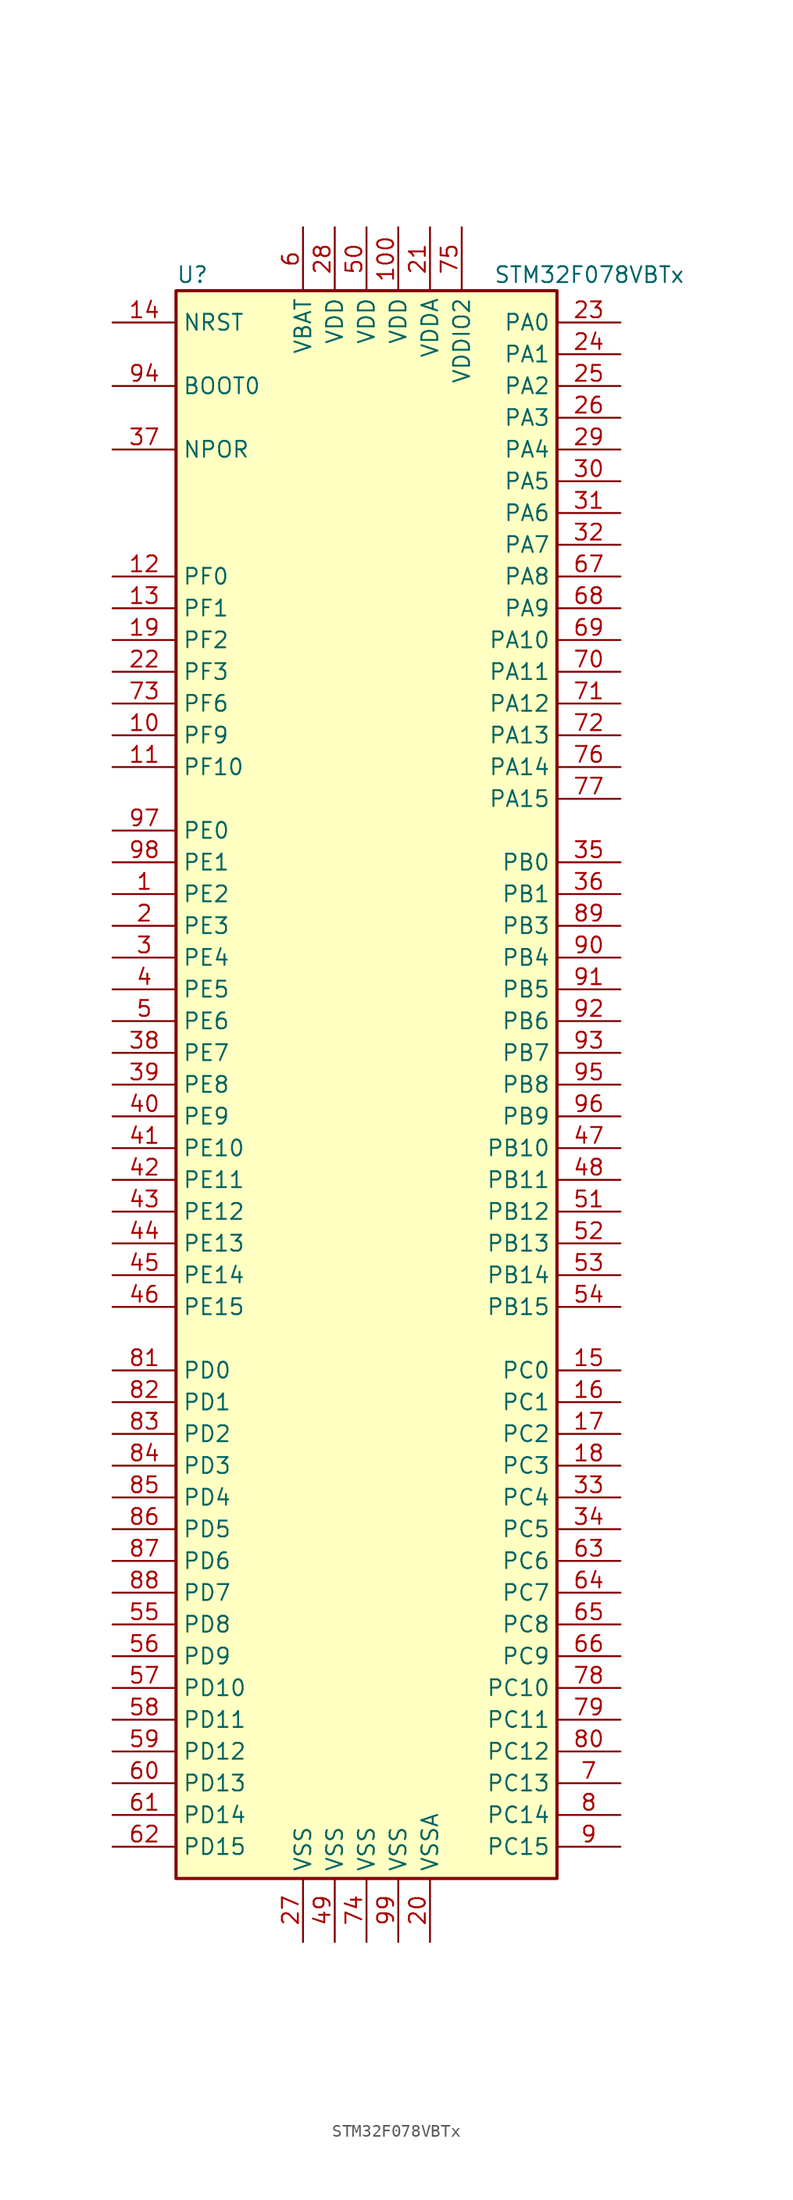
<source format=kicad_sym>
(kicad_symbol_lib
  (version 20201005)
  (generator kicad_symbol_editor)
  (symbol "STM32F078VBTx"
    (property "Reference" "U"
      (at -15.24 64.77 0)
      (effects (font (size 1.27 1.27)) (justify left)))
    (property "Value" "STM32F078VBTx"
      (at 10.16 64.77 0)
      (effects (font (size 1.27 1.27)) (justify left)))
    (symbol "STM32F078VBTx_0_1"
      (rectangle (start -15.24 -63.5) (end 15.24 63.5) (stroke (width 0.254)) (fill (type background))))
    (symbol "STM32F078VBTx_1_1"
      (pin input line (at -20.32 55.88 0) (length 5.08) (name "BOOT0" (effects (font (size 1.27 1.27)))) (number "94" (effects (font (size 1.27 1.27)))))
      (pin power_in line (at -20.32 50.8 0) (length 5.08) (name "NPOR" (effects (font (size 1.27 1.27)))) (number "37" (effects (font (size 1.27 1.27)))))
      (pin input line (at -20.32 60.96 0) (length 5.08) (name "NRST" (effects (font (size 1.27 1.27)))) (number "14" (effects (font (size 1.27 1.27)))))
      (pin bidirectional line (at 20.32 60.96 180) (length 5.08) (name "PA0" (effects (font (size 1.27 1.27)))) (number "23" (effects (font (size 1.27 1.27)))))
      (pin bidirectional line (at 20.32 58.42 180) (length 5.08) (name "PA1" (effects (font (size 1.27 1.27)))) (number "24" (effects (font (size 1.27 1.27)))))
      (pin bidirectional line (at 20.32 35.56 180) (length 5.08) (name "PA10" (effects (font (size 1.27 1.27)))) (number "69" (effects (font (size 1.27 1.27)))))
      (pin bidirectional line (at 20.32 33.02 180) (length 5.08) (name "PA11" (effects (font (size 1.27 1.27)))) (number "70" (effects (font (size 1.27 1.27)))))
      (pin bidirectional line (at 20.32 30.48 180) (length 5.08) (name "PA12" (effects (font (size 1.27 1.27)))) (number "71" (effects (font (size 1.27 1.27)))))
      (pin bidirectional line (at 20.32 27.94 180) (length 5.08) (name "PA13" (effects (font (size 1.27 1.27)))) (number "72" (effects (font (size 1.27 1.27)))))
      (pin bidirectional line (at 20.32 25.4 180) (length 5.08) (name "PA14" (effects (font (size 1.27 1.27)))) (number "76" (effects (font (size 1.27 1.27)))))
      (pin bidirectional line (at 20.32 22.86 180) (length 5.08) (name "PA15" (effects (font (size 1.27 1.27)))) (number "77" (effects (font (size 1.27 1.27)))))
      (pin bidirectional line (at 20.32 55.88 180) (length 5.08) (name "PA2" (effects (font (size 1.27 1.27)))) (number "25" (effects (font (size 1.27 1.27)))))
      (pin bidirectional line (at 20.32 53.34 180) (length 5.08) (name "PA3" (effects (font (size 1.27 1.27)))) (number "26" (effects (font (size 1.27 1.27)))))
      (pin bidirectional line (at 20.32 50.8 180) (length 5.08) (name "PA4" (effects (font (size 1.27 1.27)))) (number "29" (effects (font (size 1.27 1.27)))))
      (pin bidirectional line (at 20.32 48.26 180) (length 5.08) (name "PA5" (effects (font (size 1.27 1.27)))) (number "30" (effects (font (size 1.27 1.27)))))
      (pin bidirectional line (at 20.32 45.72 180) (length 5.08) (name "PA6" (effects (font (size 1.27 1.27)))) (number "31" (effects (font (size 1.27 1.27)))))
      (pin bidirectional line (at 20.32 43.18 180) (length 5.08) (name "PA7" (effects (font (size 1.27 1.27)))) (number "32" (effects (font (size 1.27 1.27)))))
      (pin bidirectional line (at 20.32 40.64 180) (length 5.08) (name "PA8" (effects (font (size 1.27 1.27)))) (number "67" (effects (font (size 1.27 1.27)))))
      (pin bidirectional line (at 20.32 38.1 180) (length 5.08) (name "PA9" (effects (font (size 1.27 1.27)))) (number "68" (effects (font (size 1.27 1.27)))))
      (pin bidirectional line (at 20.32 17.78 180) (length 5.08) (name "PB0" (effects (font (size 1.27 1.27)))) (number "35" (effects (font (size 1.27 1.27)))))
      (pin bidirectional line (at 20.32 15.24 180) (length 5.08) (name "PB1" (effects (font (size 1.27 1.27)))) (number "36" (effects (font (size 1.27 1.27)))))
      (pin bidirectional line (at 20.32 -5.08 180) (length 5.08) (name "PB10" (effects (font (size 1.27 1.27)))) (number "47" (effects (font (size 1.27 1.27)))))
      (pin bidirectional line (at 20.32 -7.62 180) (length 5.08) (name "PB11" (effects (font (size 1.27 1.27)))) (number "48" (effects (font (size 1.27 1.27)))))
      (pin bidirectional line (at 20.32 -10.16 180) (length 5.08) (name "PB12" (effects (font (size 1.27 1.27)))) (number "51" (effects (font (size 1.27 1.27)))))
      (pin bidirectional line (at 20.32 -12.7 180) (length 5.08) (name "PB13" (effects (font (size 1.27 1.27)))) (number "52" (effects (font (size 1.27 1.27)))))
      (pin bidirectional line (at 20.32 -15.24 180) (length 5.08) (name "PB14" (effects (font (size 1.27 1.27)))) (number "53" (effects (font (size 1.27 1.27)))))
      (pin bidirectional line (at 20.32 -17.78 180) (length 5.08) (name "PB15" (effects (font (size 1.27 1.27)))) (number "54" (effects (font (size 1.27 1.27)))))
      (pin bidirectional line (at 20.32 12.7 180) (length 5.08) (name "PB3" (effects (font (size 1.27 1.27)))) (number "89" (effects (font (size 1.27 1.27)))))
      (pin bidirectional line (at 20.32 10.16 180) (length 5.08) (name "PB4" (effects (font (size 1.27 1.27)))) (number "90" (effects (font (size 1.27 1.27)))))
      (pin bidirectional line (at 20.32 7.62 180) (length 5.08) (name "PB5" (effects (font (size 1.27 1.27)))) (number "91" (effects (font (size 1.27 1.27)))))
      (pin bidirectional line (at 20.32 5.08 180) (length 5.08) (name "PB6" (effects (font (size 1.27 1.27)))) (number "92" (effects (font (size 1.27 1.27)))))
      (pin bidirectional line (at 20.32 2.54 180) (length 5.08) (name "PB7" (effects (font (size 1.27 1.27)))) (number "93" (effects (font (size 1.27 1.27)))))
      (pin bidirectional line (at 20.32 0 180) (length 5.08) (name "PB8" (effects (font (size 1.27 1.27)))) (number "95" (effects (font (size 1.27 1.27)))))
      (pin bidirectional line (at 20.32 -2.54 180) (length 5.08) (name "PB9" (effects (font (size 1.27 1.27)))) (number "96" (effects (font (size 1.27 1.27)))))
      (pin bidirectional line (at 20.32 -22.86 180) (length 5.08) (name "PC0" (effects (font (size 1.27 1.27)))) (number "15" (effects (font (size 1.27 1.27)))))
      (pin bidirectional line (at 20.32 -25.4 180) (length 5.08) (name "PC1" (effects (font (size 1.27 1.27)))) (number "16" (effects (font (size 1.27 1.27)))))
      (pin bidirectional line (at 20.32 -48.26 180) (length 5.08) (name "PC10" (effects (font (size 1.27 1.27)))) (number "78" (effects (font (size 1.27 1.27)))))
      (pin bidirectional line (at 20.32 -50.8 180) (length 5.08) (name "PC11" (effects (font (size 1.27 1.27)))) (number "79" (effects (font (size 1.27 1.27)))))
      (pin bidirectional line (at 20.32 -53.34 180) (length 5.08) (name "PC12" (effects (font (size 1.27 1.27)))) (number "80" (effects (font (size 1.27 1.27)))))
      (pin bidirectional line (at 20.32 -55.88 180) (length 5.08) (name "PC13" (effects (font (size 1.27 1.27)))) (number "7" (effects (font (size 1.27 1.27)))))
      (pin bidirectional line (at 20.32 -58.42 180) (length 5.08) (name "PC14" (effects (font (size 1.27 1.27)))) (number "8" (effects (font (size 1.27 1.27)))))
      (pin bidirectional line (at 20.32 -60.96 180) (length 5.08) (name "PC15" (effects (font (size 1.27 1.27)))) (number "9" (effects (font (size 1.27 1.27)))))
      (pin bidirectional line (at 20.32 -27.94 180) (length 5.08) (name "PC2" (effects (font (size 1.27 1.27)))) (number "17" (effects (font (size 1.27 1.27)))))
      (pin bidirectional line (at 20.32 -30.48 180) (length 5.08) (name "PC3" (effects (font (size 1.27 1.27)))) (number "18" (effects (font (size 1.27 1.27)))))
      (pin bidirectional line (at 20.32 -33.02 180) (length 5.08) (name "PC4" (effects (font (size 1.27 1.27)))) (number "33" (effects (font (size 1.27 1.27)))))
      (pin bidirectional line (at 20.32 -35.56 180) (length 5.08) (name "PC5" (effects (font (size 1.27 1.27)))) (number "34" (effects (font (size 1.27 1.27)))))
      (pin bidirectional line (at 20.32 -38.1 180) (length 5.08) (name "PC6" (effects (font (size 1.27 1.27)))) (number "63" (effects (font (size 1.27 1.27)))))
      (pin bidirectional line (at 20.32 -40.64 180) (length 5.08) (name "PC7" (effects (font (size 1.27 1.27)))) (number "64" (effects (font (size 1.27 1.27)))))
      (pin bidirectional line (at 20.32 -43.18 180) (length 5.08) (name "PC8" (effects (font (size 1.27 1.27)))) (number "65" (effects (font (size 1.27 1.27)))))
      (pin bidirectional line (at 20.32 -45.72 180) (length 5.08) (name "PC9" (effects (font (size 1.27 1.27)))) (number "66" (effects (font (size 1.27 1.27)))))
      (pin bidirectional line (at -20.32 -22.86 0) (length 5.08) (name "PD0" (effects (font (size 1.27 1.27)))) (number "81" (effects (font (size 1.27 1.27)))))
      (pin bidirectional line (at -20.32 -25.4 0) (length 5.08) (name "PD1" (effects (font (size 1.27 1.27)))) (number "82" (effects (font (size 1.27 1.27)))))
      (pin bidirectional line (at -20.32 -48.26 0) (length 5.08) (name "PD10" (effects (font (size 1.27 1.27)))) (number "57" (effects (font (size 1.27 1.27)))))
      (pin bidirectional line (at -20.32 -50.8 0) (length 5.08) (name "PD11" (effects (font (size 1.27 1.27)))) (number "58" (effects (font (size 1.27 1.27)))))
      (pin bidirectional line (at -20.32 -53.34 0) (length 5.08) (name "PD12" (effects (font (size 1.27 1.27)))) (number "59" (effects (font (size 1.27 1.27)))))
      (pin bidirectional line (at -20.32 -55.88 0) (length 5.08) (name "PD13" (effects (font (size 1.27 1.27)))) (number "60" (effects (font (size 1.27 1.27)))))
      (pin bidirectional line (at -20.32 -58.42 0) (length 5.08) (name "PD14" (effects (font (size 1.27 1.27)))) (number "61" (effects (font (size 1.27 1.27)))))
      (pin bidirectional line (at -20.32 -60.96 0) (length 5.08) (name "PD15" (effects (font (size 1.27 1.27)))) (number "62" (effects (font (size 1.27 1.27)))))
      (pin bidirectional line (at -20.32 -27.94 0) (length 5.08) (name "PD2" (effects (font (size 1.27 1.27)))) (number "83" (effects (font (size 1.27 1.27)))))
      (pin bidirectional line (at -20.32 -30.48 0) (length 5.08) (name "PD3" (effects (font (size 1.27 1.27)))) (number "84" (effects (font (size 1.27 1.27)))))
      (pin bidirectional line (at -20.32 -33.02 0) (length 5.08) (name "PD4" (effects (font (size 1.27 1.27)))) (number "85" (effects (font (size 1.27 1.27)))))
      (pin bidirectional line (at -20.32 -35.56 0) (length 5.08) (name "PD5" (effects (font (size 1.27 1.27)))) (number "86" (effects (font (size 1.27 1.27)))))
      (pin bidirectional line (at -20.32 -38.1 0) (length 5.08) (name "PD6" (effects (font (size 1.27 1.27)))) (number "87" (effects (font (size 1.27 1.27)))))
      (pin bidirectional line (at -20.32 -40.64 0) (length 5.08) (name "PD7" (effects (font (size 1.27 1.27)))) (number "88" (effects (font (size 1.27 1.27)))))
      (pin bidirectional line (at -20.32 -43.18 0) (length 5.08) (name "PD8" (effects (font (size 1.27 1.27)))) (number "55" (effects (font (size 1.27 1.27)))))
      (pin bidirectional line (at -20.32 -45.72 0) (length 5.08) (name "PD9" (effects (font (size 1.27 1.27)))) (number "56" (effects (font (size 1.27 1.27)))))
      (pin bidirectional line (at -20.32 20.32 0) (length 5.08) (name "PE0" (effects (font (size 1.27 1.27)))) (number "97" (effects (font (size 1.27 1.27)))))
      (pin bidirectional line (at -20.32 17.78 0) (length 5.08) (name "PE1" (effects (font (size 1.27 1.27)))) (number "98" (effects (font (size 1.27 1.27)))))
      (pin bidirectional line (at -20.32 -5.08 0) (length 5.08) (name "PE10" (effects (font (size 1.27 1.27)))) (number "41" (effects (font (size 1.27 1.27)))))
      (pin bidirectional line (at -20.32 -7.62 0) (length 5.08) (name "PE11" (effects (font (size 1.27 1.27)))) (number "42" (effects (font (size 1.27 1.27)))))
      (pin bidirectional line (at -20.32 -10.16 0) (length 5.08) (name "PE12" (effects (font (size 1.27 1.27)))) (number "43" (effects (font (size 1.27 1.27)))))
      (pin bidirectional line (at -20.32 -12.7 0) (length 5.08) (name "PE13" (effects (font (size 1.27 1.27)))) (number "44" (effects (font (size 1.27 1.27)))))
      (pin bidirectional line (at -20.32 -15.24 0) (length 5.08) (name "PE14" (effects (font (size 1.27 1.27)))) (number "45" (effects (font (size 1.27 1.27)))))
      (pin bidirectional line (at -20.32 -17.78 0) (length 5.08) (name "PE15" (effects (font (size 1.27 1.27)))) (number "46" (effects (font (size 1.27 1.27)))))
      (pin bidirectional line (at -20.32 15.24 0) (length 5.08) (name "PE2" (effects (font (size 1.27 1.27)))) (number "1" (effects (font (size 1.27 1.27)))))
      (pin bidirectional line (at -20.32 12.7 0) (length 5.08) (name "PE3" (effects (font (size 1.27 1.27)))) (number "2" (effects (font (size 1.27 1.27)))))
      (pin bidirectional line (at -20.32 10.16 0) (length 5.08) (name "PE4" (effects (font (size 1.27 1.27)))) (number "3" (effects (font (size 1.27 1.27)))))
      (pin bidirectional line (at -20.32 7.62 0) (length 5.08) (name "PE5" (effects (font (size 1.27 1.27)))) (number "4" (effects (font (size 1.27 1.27)))))
      (pin bidirectional line (at -20.32 5.08 0) (length 5.08) (name "PE6" (effects (font (size 1.27 1.27)))) (number "5" (effects (font (size 1.27 1.27)))))
      (pin bidirectional line (at -20.32 2.54 0) (length 5.08) (name "PE7" (effects (font (size 1.27 1.27)))) (number "38" (effects (font (size 1.27 1.27)))))
      (pin bidirectional line (at -20.32 0 0) (length 5.08) (name "PE8" (effects (font (size 1.27 1.27)))) (number "39" (effects (font (size 1.27 1.27)))))
      (pin bidirectional line (at -20.32 -2.54 0) (length 5.08) (name "PE9" (effects (font (size 1.27 1.27)))) (number "40" (effects (font (size 1.27 1.27)))))
      (pin input line (at -20.32 40.64 0) (length 5.08) (name "PF0" (effects (font (size 1.27 1.27)))) (number "12" (effects (font (size 1.27 1.27)))))
      (pin input line (at -20.32 38.1 0) (length 5.08) (name "PF1" (effects (font (size 1.27 1.27)))) (number "13" (effects (font (size 1.27 1.27)))))
      (pin bidirectional line (at -20.32 25.4 0) (length 5.08) (name "PF10" (effects (font (size 1.27 1.27)))) (number "11" (effects (font (size 1.27 1.27)))))
      (pin bidirectional line (at -20.32 35.56 0) (length 5.08) (name "PF2" (effects (font (size 1.27 1.27)))) (number "19" (effects (font (size 1.27 1.27)))))
      (pin bidirectional line (at -20.32 33.02 0) (length 5.08) (name "PF3" (effects (font (size 1.27 1.27)))) (number "22" (effects (font (size 1.27 1.27)))))
      (pin bidirectional line (at -20.32 30.48 0) (length 5.08) (name "PF6" (effects (font (size 1.27 1.27)))) (number "73" (effects (font (size 1.27 1.27)))))
      (pin bidirectional line (at -20.32 27.94 0) (length 5.08) (name "PF9" (effects (font (size 1.27 1.27)))) (number "10" (effects (font (size 1.27 1.27)))))
      (pin power_in line (at -5.08 68.58 270) (length 5.08) (name "VBAT" (effects (font (size 1.27 1.27)))) (number "6" (effects (font (size 1.27 1.27)))))
      (pin power_in line (at 2.54 68.58 270) (length 5.08) (name "VDD" (effects (font (size 1.27 1.27)))) (number "100" (effects (font (size 1.27 1.27)))))
      (pin power_in line (at -2.54 68.58 270) (length 5.08) (name "VDD" (effects (font (size 1.27 1.27)))) (number "28" (effects (font (size 1.27 1.27)))))
      (pin power_in line (at 0 68.58 270) (length 5.08) (name "VDD" (effects (font (size 1.27 1.27)))) (number "50" (effects (font (size 1.27 1.27)))))
      (pin power_in line (at 5.08 68.58 270) (length 5.08) (name "VDDA" (effects (font (size 1.27 1.27)))) (number "21" (effects (font (size 1.27 1.27)))))
      (pin power_in line (at 7.62 68.58 270) (length 5.08) (name "VDDIO2" (effects (font (size 1.27 1.27)))) (number "75" (effects (font (size 1.27 1.27)))))
      (pin power_in line (at -5.08 -68.58 90) (length 5.08) (name "VSS" (effects (font (size 1.27 1.27)))) (number "27" (effects (font (size 1.27 1.27)))))
      (pin power_in line (at -2.54 -68.58 90) (length 5.08) (name "VSS" (effects (font (size 1.27 1.27)))) (number "49" (effects (font (size 1.27 1.27)))))
      (pin power_in line (at 0 -68.58 90) (length 5.08) (name "VSS" (effects (font (size 1.27 1.27)))) (number "74" (effects (font (size 1.27 1.27)))))
      (pin power_in line (at 2.54 -68.58 90) (length 5.08) (name "VSS" (effects (font (size 1.27 1.27)))) (number "99" (effects (font (size 1.27 1.27)))))
      (pin power_in line (at 5.08 -68.58 90) (length 5.08) (name "VSSA" (effects (font (size 1.27 1.27)))) (number "20" (effects (font (size 1.27 1.27))))))))
</source>
